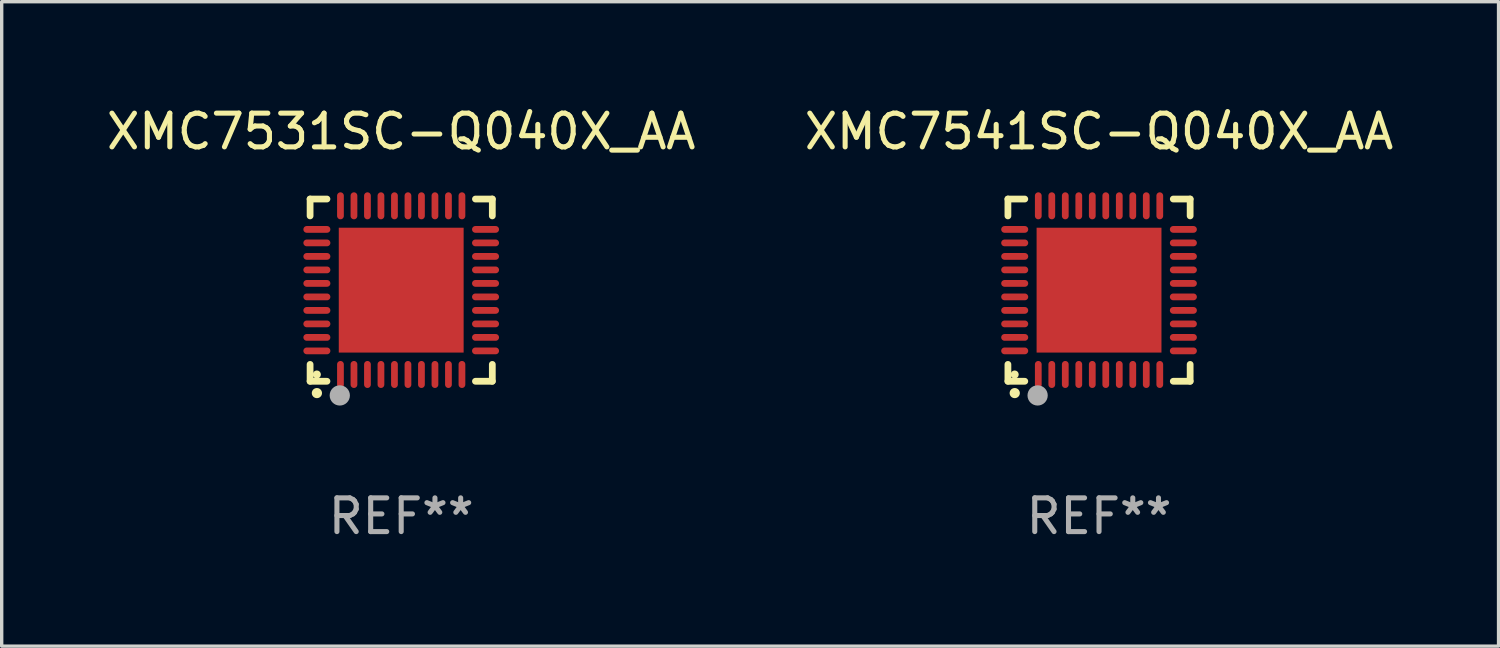
<source format=kicad_pcb>
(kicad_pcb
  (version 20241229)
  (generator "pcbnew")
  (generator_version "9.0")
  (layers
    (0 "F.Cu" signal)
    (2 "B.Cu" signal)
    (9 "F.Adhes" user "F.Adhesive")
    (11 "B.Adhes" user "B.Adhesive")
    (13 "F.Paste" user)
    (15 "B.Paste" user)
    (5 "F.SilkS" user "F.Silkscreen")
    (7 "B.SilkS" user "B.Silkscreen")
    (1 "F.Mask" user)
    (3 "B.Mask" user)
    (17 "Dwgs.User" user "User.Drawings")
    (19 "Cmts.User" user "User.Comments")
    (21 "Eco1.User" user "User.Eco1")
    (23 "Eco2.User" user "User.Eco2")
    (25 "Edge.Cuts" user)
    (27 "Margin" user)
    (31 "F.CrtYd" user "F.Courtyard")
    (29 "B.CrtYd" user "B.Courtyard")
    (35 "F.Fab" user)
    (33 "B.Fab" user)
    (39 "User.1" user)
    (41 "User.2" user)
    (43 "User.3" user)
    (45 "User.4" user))
  (footprint "XMC7531SC-Q040X_AA"
    (layer "F.Cu")
    (at 8.839 5.548)
    (property "Reference" "XMC7531SC-Q040X_AA" (at 0 -4.7 0) (layer "F.SilkS") (effects (font (size 1 1) (thickness 0.15))))
    (attr through_hole)
    (fp_line (start -2.7 -2.7) (end -2.7 -2.2) (stroke (width 0.2) (type solid)) (layer "F.SilkS"))
    (fp_line (start -2.7 2.7) (end -2.7 2.2) (stroke (width 0.2) (type solid)) (layer "F.SilkS"))
    (fp_line (start -2.2 -2.7) (end -2.7 -2.7) (stroke (width 0.2) (type solid)) (layer "F.SilkS"))
    (fp_line (start -2.2 2.7) (end -2.7 2.7) (stroke (width 0.2) (type solid)) (layer "F.SilkS"))
    (fp_line (start 2.7 -2.7) (end 2.2 -2.7) (stroke (width 0.2) (type solid)) (layer "F.SilkS"))
    (fp_line (start 2.7 -2.2) (end 2.7 -2.7) (stroke (width 0.2) (type solid)) (layer "F.SilkS"))
    (fp_line (start 2.7 2.2) (end 2.7 2.7) (stroke (width 0.2) (type solid)) (layer "F.SilkS"))
    (fp_line (start 2.7 2.7) (end 2.2 2.7) (stroke (width 0.2) (type solid)) (layer "F.SilkS"))
    (fp_arc (start -2.499365 3.050546) (mid -2.498095 3.050541) (end -2.496825 3.050546) (stroke (width 0.3) (type solid)) (layer "F.SilkS"))
    (fp_circle (center -2.5 2.5) (end -2.44 2.5) (stroke (width 0.12) (type solid)) (fill no) (layer "F.SilkS"))
    (fp_circle (center -1.82 3.12) (end -1.67 3.12) (stroke (width 0.3) (type solid)) (fill no) (layer "F.Fab"))
    (fp_text user "REF**" (at 0 6.7 0) (layer "F.Fab") (effects (font (size 1 1) (thickness 0.15))))
    (pad "1" smd oval (at -1.8 2.499) (size 0.2 0.8) (layers "F.Cu" "F.Mask" "F.Paste"))
    (pad "2" smd oval (at -1.4 2.499) (size 0.2 0.8) (layers "F.Cu" "F.Mask" "F.Paste"))
    (pad "3" smd oval (at -1 2.499) (size 0.2 0.8) (layers "F.Cu" "F.Mask" "F.Paste"))
    (pad "4" smd oval (at -0.6 2.499) (size 0.2 0.8) (layers "F.Cu" "F.Mask" "F.Paste"))
    (pad "5" smd oval (at -0.2 2.499) (size 0.2 0.8) (layers "F.Cu" "F.Mask" "F.Paste"))
    (pad "6" smd oval (at 0.2 2.499) (size 0.2 0.8) (layers "F.Cu" "F.Mask" "F.Paste"))
    (pad "7" smd oval (at 0.6 2.499) (size 0.2 0.8) (layers "F.Cu" "F.Mask" "F.Paste"))
    (pad "8" smd oval (at 1 2.499) (size 0.2 0.8) (layers "F.Cu" "F.Mask" "F.Paste"))
    (pad "9" smd oval (at 1.4 2.499) (size 0.2 0.8) (layers "F.Cu" "F.Mask" "F.Paste"))
    (pad "10" smd oval (at 1.8 2.499) (size 0.2 0.8) (layers "F.Cu" "F.Mask" "F.Paste"))
    (pad "11" smd oval (at 2.499 1.8) (size 0.8 0.2) (layers "F.Cu" "F.Mask" "F.Paste"))
    (pad "12" smd oval (at 2.499 1.4) (size 0.8 0.2) (layers "F.Cu" "F.Mask" "F.Paste"))
    (pad "13" smd oval (at 2.499 1) (size 0.8 0.2) (layers "F.Cu" "F.Mask" "F.Paste"))
    (pad "14" smd oval (at 2.499 0.6) (size 0.8 0.2) (layers "F.Cu" "F.Mask" "F.Paste"))
    (pad "15" smd oval (at 2.499 0.2) (size 0.8 0.2) (layers "F.Cu" "F.Mask" "F.Paste"))
    (pad "16" smd oval (at 2.499 -0.2) (size 0.8 0.2) (layers "F.Cu" "F.Mask" "F.Paste"))
    (pad "17" smd oval (at 2.499 -0.6) (size 0.8 0.2) (layers "F.Cu" "F.Mask" "F.Paste"))
    (pad "18" smd oval (at 2.499 -1) (size 0.8 0.2) (layers "F.Cu" "F.Mask" "F.Paste"))
    (pad "19" smd oval (at 2.499 -1.4) (size 0.8 0.2) (layers "F.Cu" "F.Mask" "F.Paste"))
    (pad "20" smd oval (at 2.499 -1.8) (size 0.8 0.2) (layers "F.Cu" "F.Mask" "F.Paste"))
    (pad "21" smd oval (at 1.8 -2.499) (size 0.2 0.8) (layers "F.Cu" "F.Mask" "F.Paste"))
    (pad "22" smd oval (at 1.4 -2.499) (size 0.2 0.8) (layers "F.Cu" "F.Mask" "F.Paste"))
    (pad "23" smd oval (at 1 -2.499) (size 0.2 0.8) (layers "F.Cu" "F.Mask" "F.Paste"))
    (pad "24" smd oval (at 0.6 -2.499) (size 0.2 0.8) (layers "F.Cu" "F.Mask" "F.Paste"))
    (pad "25" smd oval (at 0.2 -2.499) (size 0.2 0.8) (layers "F.Cu" "F.Mask" "F.Paste"))
    (pad "26" smd oval (at -0.2 -2.499) (size 0.2 0.8) (layers "F.Cu" "F.Mask" "F.Paste"))
    (pad "27" smd oval (at -0.6 -2.499) (size 0.2 0.8) (layers "F.Cu" "F.Mask" "F.Paste"))
    (pad "28" smd oval (at -1 -2.499) (size 0.2 0.8) (layers "F.Cu" "F.Mask" "F.Paste"))
    (pad "29" smd oval (at -1.4 -2.499) (size 0.2 0.8) (layers "F.Cu" "F.Mask" "F.Paste"))
    (pad "30" smd oval (at -1.8 -2.499) (size 0.2 0.8) (layers "F.Cu" "F.Mask" "F.Paste"))
    (pad "31" smd oval (at -2.499 -1.8) (size 0.8 0.2) (layers "F.Cu" "F.Mask" "F.Paste"))
    (pad "32" smd oval (at -2.499 -1.4) (size 0.8 0.2) (layers "F.Cu" "F.Mask" "F.Paste"))
    (pad "33" smd oval (at -2.499 -1) (size 0.8 0.2) (layers "F.Cu" "F.Mask" "F.Paste"))
    (pad "34" smd oval (at -2.499 -0.6) (size 0.8 0.2) (layers "F.Cu" "F.Mask" "F.Paste"))
    (pad "35" smd oval (at -2.499 -0.2) (size 0.8 0.2) (layers "F.Cu" "F.Mask" "F.Paste"))
    (pad "36" smd oval (at -2.499 0.2) (size 0.8 0.2) (layers "F.Cu" "F.Mask" "F.Paste"))
    (pad "37" smd oval (at -2.499 0.6) (size 0.8 0.2) (layers "F.Cu" "F.Mask" "F.Paste"))
    (pad "38" smd oval (at -2.499 1) (size 0.8 0.2) (layers "F.Cu" "F.Mask" "F.Paste"))
    (pad "39" smd oval (at -2.499 1.4) (size 0.8 0.2) (layers "F.Cu" "F.Mask" "F.Paste"))
    (pad "40" smd oval (at -2.499 1.8) (size 0.8 0.2) (layers "F.Cu" "F.Mask" "F.Paste"))
    (pad "41" smd rect (at 0 0) (size 3.7 3.7) (layers "F.Cu" "F.Mask" "F.Paste")))
  (footprint "XMC7541SC-Q040X_AA"
    (layer "F.Cu")
    (at 29.518 5.548)
    (property "Reference" "XMC7541SC-Q040X_AA" (at 0 -4.7 0) (layer "F.SilkS") (effects (font (size 1 1) (thickness 0.15))))
    (attr through_hole)
    (fp_line (start -2.7 -2.7) (end -2.7 -2.2) (stroke (width 0.2) (type solid)) (layer "F.SilkS"))
    (fp_line (start -2.7 2.7) (end -2.7 2.2) (stroke (width 0.2) (type solid)) (layer "F.SilkS"))
    (fp_line (start -2.2 -2.7) (end -2.7 -2.7) (stroke (width 0.2) (type solid)) (layer "F.SilkS"))
    (fp_line (start -2.2 2.7) (end -2.7 2.7) (stroke (width 0.2) (type solid)) (layer "F.SilkS"))
    (fp_line (start 2.7 -2.7) (end 2.2 -2.7) (stroke (width 0.2) (type solid)) (layer "F.SilkS"))
    (fp_line (start 2.7 -2.2) (end 2.7 -2.7) (stroke (width 0.2) (type solid)) (layer "F.SilkS"))
    (fp_line (start 2.7 2.2) (end 2.7 2.7) (stroke (width 0.2) (type solid)) (layer "F.SilkS"))
    (fp_line (start 2.7 2.7) (end 2.2 2.7) (stroke (width 0.2) (type solid)) (layer "F.SilkS"))
    (fp_arc (start -2.499365 3.050546) (mid -2.498095 3.050541) (end -2.496825 3.050546) (stroke (width 0.3) (type solid)) (layer "F.SilkS"))
    (fp_circle (center -2.5 2.5) (end -2.44 2.5) (stroke (width 0.12) (type solid)) (fill no) (layer "F.SilkS"))
    (fp_circle (center -1.82 3.12) (end -1.67 3.12) (stroke (width 0.3) (type solid)) (fill no) (layer "F.Fab"))
    (fp_text user "REF**" (at 0 6.7 0) (layer "F.Fab") (effects (font (size 1 1) (thickness 0.15))))
    (pad "1" smd oval (at -1.8 2.499) (size 0.2 0.8) (layers "F.Cu" "F.Mask" "F.Paste"))
    (pad "2" smd oval (at -1.4 2.499) (size 0.2 0.8) (layers "F.Cu" "F.Mask" "F.Paste"))
    (pad "3" smd oval (at -1 2.499) (size 0.2 0.8) (layers "F.Cu" "F.Mask" "F.Paste"))
    (pad "4" smd oval (at -0.6 2.499) (size 0.2 0.8) (layers "F.Cu" "F.Mask" "F.Paste"))
    (pad "5" smd oval (at -0.2 2.499) (size 0.2 0.8) (layers "F.Cu" "F.Mask" "F.Paste"))
    (pad "6" smd oval (at 0.2 2.499) (size 0.2 0.8) (layers "F.Cu" "F.Mask" "F.Paste"))
    (pad "7" smd oval (at 0.6 2.499) (size 0.2 0.8) (layers "F.Cu" "F.Mask" "F.Paste"))
    (pad "8" smd oval (at 1 2.499) (size 0.2 0.8) (layers "F.Cu" "F.Mask" "F.Paste"))
    (pad "9" smd oval (at 1.4 2.499) (size 0.2 0.8) (layers "F.Cu" "F.Mask" "F.Paste"))
    (pad "10" smd oval (at 1.8 2.499) (size 0.2 0.8) (layers "F.Cu" "F.Mask" "F.Paste"))
    (pad "11" smd oval (at 2.499 1.8) (size 0.8 0.2) (layers "F.Cu" "F.Mask" "F.Paste"))
    (pad "12" smd oval (at 2.499 1.4) (size 0.8 0.2) (layers "F.Cu" "F.Mask" "F.Paste"))
    (pad "13" smd oval (at 2.499 1) (size 0.8 0.2) (layers "F.Cu" "F.Mask" "F.Paste"))
    (pad "14" smd oval (at 2.499 0.6) (size 0.8 0.2) (layers "F.Cu" "F.Mask" "F.Paste"))
    (pad "15" smd oval (at 2.499 0.2) (size 0.8 0.2) (layers "F.Cu" "F.Mask" "F.Paste"))
    (pad "16" smd oval (at 2.499 -0.2) (size 0.8 0.2) (layers "F.Cu" "F.Mask" "F.Paste"))
    (pad "17" smd oval (at 2.499 -0.6) (size 0.8 0.2) (layers "F.Cu" "F.Mask" "F.Paste"))
    (pad "18" smd oval (at 2.499 -1) (size 0.8 0.2) (layers "F.Cu" "F.Mask" "F.Paste"))
    (pad "19" smd oval (at 2.499 -1.4) (size 0.8 0.2) (layers "F.Cu" "F.Mask" "F.Paste"))
    (pad "20" smd oval (at 2.499 -1.8) (size 0.8 0.2) (layers "F.Cu" "F.Mask" "F.Paste"))
    (pad "21" smd oval (at 1.8 -2.499) (size 0.2 0.8) (layers "F.Cu" "F.Mask" "F.Paste"))
    (pad "22" smd oval (at 1.4 -2.499) (size 0.2 0.8) (layers "F.Cu" "F.Mask" "F.Paste"))
    (pad "23" smd oval (at 1 -2.499) (size 0.2 0.8) (layers "F.Cu" "F.Mask" "F.Paste"))
    (pad "24" smd oval (at 0.6 -2.499) (size 0.2 0.8) (layers "F.Cu" "F.Mask" "F.Paste"))
    (pad "25" smd oval (at 0.2 -2.499) (size 0.2 0.8) (layers "F.Cu" "F.Mask" "F.Paste"))
    (pad "26" smd oval (at -0.2 -2.499) (size 0.2 0.8) (layers "F.Cu" "F.Mask" "F.Paste"))
    (pad "27" smd oval (at -0.6 -2.499) (size 0.2 0.8) (layers "F.Cu" "F.Mask" "F.Paste"))
    (pad "28" smd oval (at -1 -2.499) (size 0.2 0.8) (layers "F.Cu" "F.Mask" "F.Paste"))
    (pad "29" smd oval (at -1.4 -2.499) (size 0.2 0.8) (layers "F.Cu" "F.Mask" "F.Paste"))
    (pad "30" smd oval (at -1.8 -2.499) (size 0.2 0.8) (layers "F.Cu" "F.Mask" "F.Paste"))
    (pad "31" smd oval (at -2.499 -1.8) (size 0.8 0.2) (layers "F.Cu" "F.Mask" "F.Paste"))
    (pad "32" smd oval (at -2.499 -1.4) (size 0.8 0.2) (layers "F.Cu" "F.Mask" "F.Paste"))
    (pad "33" smd oval (at -2.499 -1) (size 0.8 0.2) (layers "F.Cu" "F.Mask" "F.Paste"))
    (pad "34" smd oval (at -2.499 -0.6) (size 0.8 0.2) (layers "F.Cu" "F.Mask" "F.Paste"))
    (pad "35" smd oval (at -2.499 -0.2) (size 0.8 0.2) (layers "F.Cu" "F.Mask" "F.Paste"))
    (pad "36" smd oval (at -2.499 0.2) (size 0.8 0.2) (layers "F.Cu" "F.Mask" "F.Paste"))
    (pad "37" smd oval (at -2.499 0.6) (size 0.8 0.2) (layers "F.Cu" "F.Mask" "F.Paste"))
    (pad "38" smd oval (at -2.499 1) (size 0.8 0.2) (layers "F.Cu" "F.Mask" "F.Paste"))
    (pad "39" smd oval (at -2.499 1.4) (size 0.8 0.2) (layers "F.Cu" "F.Mask" "F.Paste"))
    (pad "40" smd oval (at -2.499 1.8) (size 0.8 0.2) (layers "F.Cu" "F.Mask" "F.Paste"))
    (pad "41" smd rect (at 0 0) (size 3.7 3.7) (layers "F.Cu" "F.Mask" "F.Paste")))
  (gr_rect
    (start -3 -3)
    (end 41.357 16.097)
    (stroke (width 0.1) (type default))
    (fill no)
    (layer "Edge.Cuts")))
</source>
